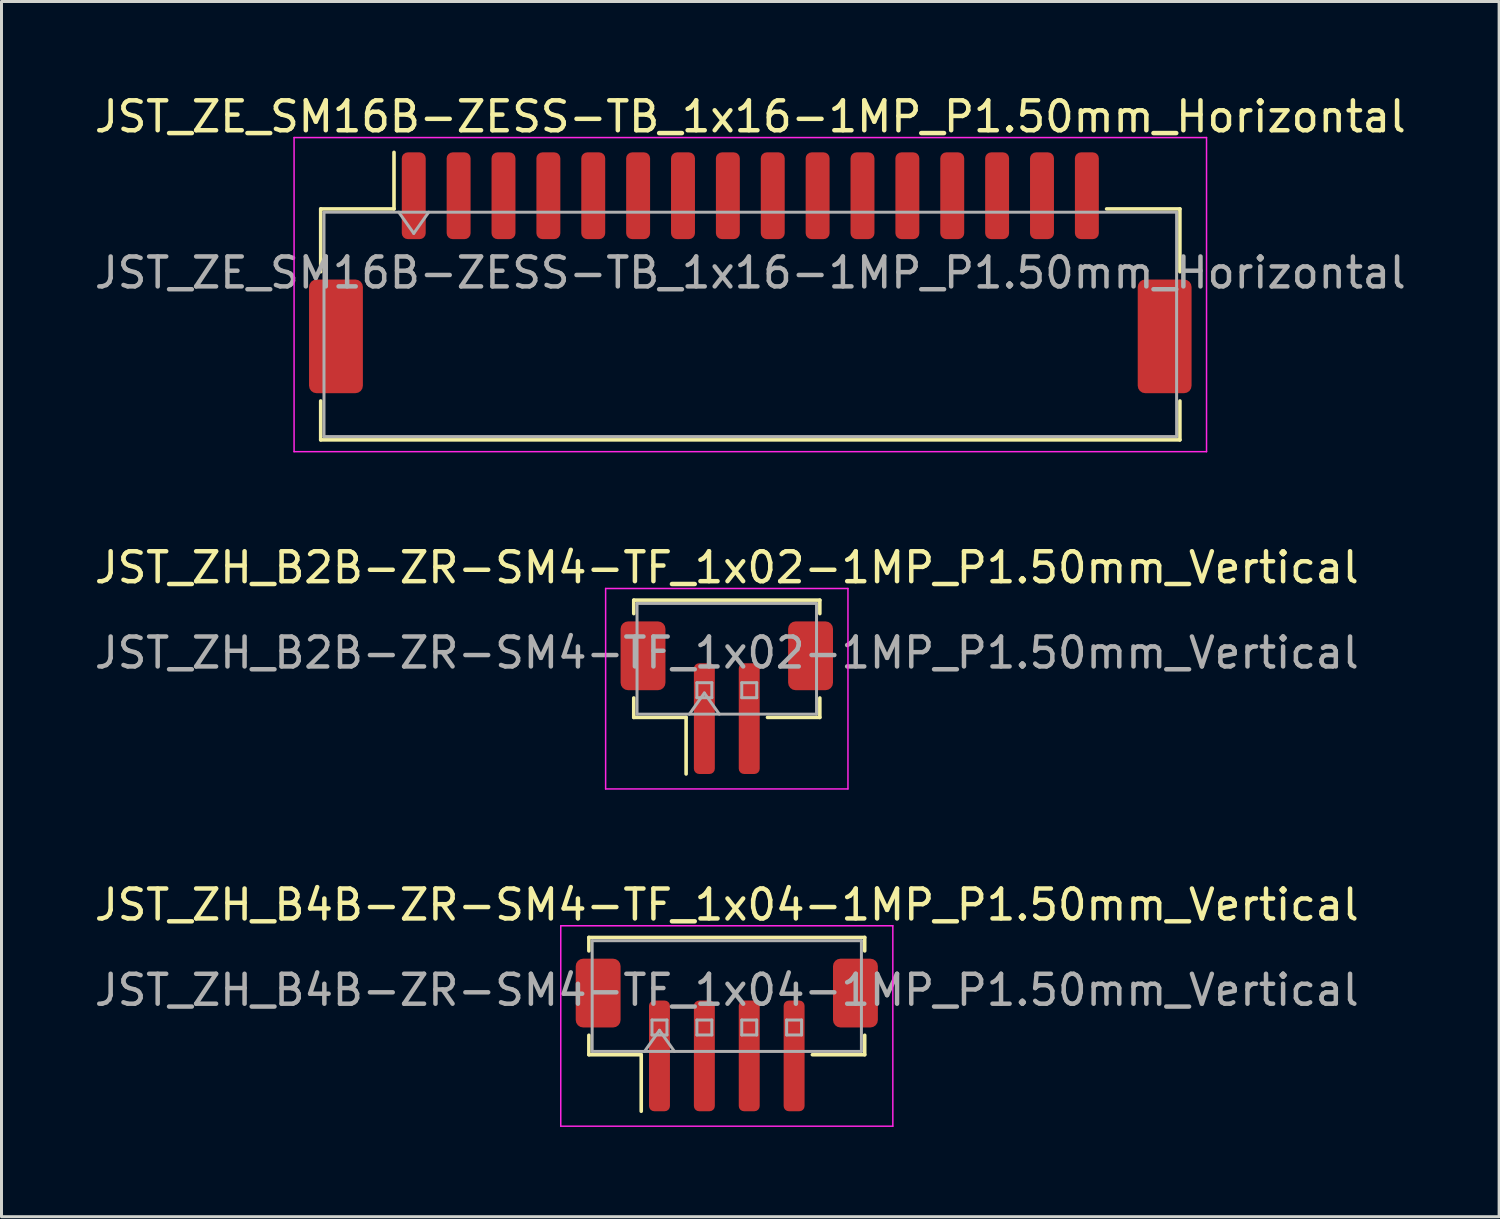
<source format=kicad_pcb>
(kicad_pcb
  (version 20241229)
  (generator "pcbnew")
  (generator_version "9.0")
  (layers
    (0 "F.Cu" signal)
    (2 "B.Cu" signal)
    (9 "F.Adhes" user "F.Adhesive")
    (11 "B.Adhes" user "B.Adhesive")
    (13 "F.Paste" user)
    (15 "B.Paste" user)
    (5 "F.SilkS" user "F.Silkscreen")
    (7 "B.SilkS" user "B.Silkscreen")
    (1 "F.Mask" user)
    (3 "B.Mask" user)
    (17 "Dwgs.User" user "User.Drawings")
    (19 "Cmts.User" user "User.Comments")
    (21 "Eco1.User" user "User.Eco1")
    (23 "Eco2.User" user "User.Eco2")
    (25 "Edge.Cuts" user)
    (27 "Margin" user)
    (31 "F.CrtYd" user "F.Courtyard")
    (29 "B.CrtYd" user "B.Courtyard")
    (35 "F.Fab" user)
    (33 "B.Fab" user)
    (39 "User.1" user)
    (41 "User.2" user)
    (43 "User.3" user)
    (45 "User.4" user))
  (footprint "JST_ZE_SM16B-ZESS-TB_1x16-1MP_P1.50mm_Horizontal"
    (layer "F.Cu")
    (at 22.03 6.068)
    (property "Reference" "JST_ZE_SM16B-ZESS-TB_1x16-1MP_P1.50mm_Horizontal" (at 0 -5.22 0) (layer "F.SilkS") (effects (font (size 1 1) (thickness 0.15))))
    (attr smd)
    (fp_line (start -14.36 -2.135) (end -11.91 -2.135) (stroke (width 0.12) (type solid)) (layer "F.SilkS"))
    (fp_line (start -14.36 -0.035) (end -14.36 -2.135) (stroke (width 0.12) (type solid)) (layer "F.SilkS"))
    (fp_line (start -14.36 4.285) (end -14.36 5.585) (stroke (width 0.12) (type solid)) (layer "F.SilkS"))
    (fp_line (start -14.36 5.585) (end 14.36 5.585) (stroke (width 0.12) (type solid)) (layer "F.SilkS"))
    (fp_line (start -11.91 -2.135) (end -11.91 -4.025) (stroke (width 0.12) (type solid)) (layer "F.SilkS"))
    (fp_line (start 14.36 -2.135) (end 11.91 -2.135) (stroke (width 0.12) (type solid)) (layer "F.SilkS"))
    (fp_line (start 14.36 -0.035) (end 14.36 -2.135) (stroke (width 0.12) (type solid)) (layer "F.SilkS"))
    (fp_line (start 14.36 5.585) (end 14.36 4.285) (stroke (width 0.12) (type solid)) (layer "F.SilkS"))
    (fp_line (start -15.25 -4.52) (end -15.25 5.98) (stroke (width 0.05) (type solid)) (layer "F.CrtYd"))
    (fp_line (start -15.25 5.98) (end 15.25 5.98) (stroke (width 0.05) (type solid)) (layer "F.CrtYd"))
    (fp_line (start 15.25 -4.52) (end -15.25 -4.52) (stroke (width 0.05) (type solid)) (layer "F.CrtYd"))
    (fp_line (start 15.25 5.98) (end 15.25 -4.52) (stroke (width 0.05) (type solid)) (layer "F.CrtYd"))
    (fp_line (start -14.25 -2.025) (end -14.25 5.475) (stroke (width 0.1) (type solid)) (layer "F.Fab"))
    (fp_line (start -14.25 -2.025) (end 14.25 -2.025) (stroke (width 0.1) (type solid)) (layer "F.Fab"))
    (fp_line (start -14.25 5.475) (end 14.25 5.475) (stroke (width 0.1) (type solid)) (layer "F.Fab"))
    (fp_line (start -11.75 -2.025) (end -11.25 -1.318) (stroke (width 0.1) (type solid)) (layer "F.Fab"))
    (fp_line (start -11.25 -1.318) (end -10.75 -2.025) (stroke (width 0.1) (type solid)) (layer "F.Fab"))
    (fp_line (start 14.25 -2.025) (end 14.25 5.475) (stroke (width 0.1) (type solid)) (layer "F.Fab"))
    (fp_text user "${REFERENCE}" (at 0 0 0) (layer "F.Fab") (effects (font (size 1 1) (thickness 0.15))))
    (pad "1" smd roundrect (at -11.25 -2.575) (size 0.8 2.9) (layers "F.Cu" "F.Mask" "F.Paste") (roundrect_rratio 0.25))
    (pad "2" smd roundrect (at -9.75 -2.575) (size 0.8 2.9) (layers "F.Cu" "F.Mask" "F.Paste") (roundrect_rratio 0.25))
    (pad "3" smd roundrect (at -8.25 -2.575) (size 0.8 2.9) (layers "F.Cu" "F.Mask" "F.Paste") (roundrect_rratio 0.25))
    (pad "4" smd roundrect (at -6.75 -2.575) (size 0.8 2.9) (layers "F.Cu" "F.Mask" "F.Paste") (roundrect_rratio 0.25))
    (pad "5" smd roundrect (at -5.25 -2.575) (size 0.8 2.9) (layers "F.Cu" "F.Mask" "F.Paste") (roundrect_rratio 0.25))
    (pad "6" smd roundrect (at -3.75 -2.575) (size 0.8 2.9) (layers "F.Cu" "F.Mask" "F.Paste") (roundrect_rratio 0.25))
    (pad "7" smd roundrect (at -2.25 -2.575) (size 0.8 2.9) (layers "F.Cu" "F.Mask" "F.Paste") (roundrect_rratio 0.25))
    (pad "8" smd roundrect (at -0.75 -2.575) (size 0.8 2.9) (layers "F.Cu" "F.Mask" "F.Paste") (roundrect_rratio 0.25))
    (pad "9" smd roundrect (at 0.75 -2.575) (size 0.8 2.9) (layers "F.Cu" "F.Mask" "F.Paste") (roundrect_rratio 0.25))
    (pad "10" smd roundrect (at 2.25 -2.575) (size 0.8 2.9) (layers "F.Cu" "F.Mask" "F.Paste") (roundrect_rratio 0.25))
    (pad "11" smd roundrect (at 3.75 -2.575) (size 0.8 2.9) (layers "F.Cu" "F.Mask" "F.Paste") (roundrect_rratio 0.25))
    (pad "12" smd roundrect (at 5.25 -2.575) (size 0.8 2.9) (layers "F.Cu" "F.Mask" "F.Paste") (roundrect_rratio 0.25))
    (pad "13" smd roundrect (at 6.75 -2.575) (size 0.8 2.9) (layers "F.Cu" "F.Mask" "F.Paste") (roundrect_rratio 0.25))
    (pad "14" smd roundrect (at 8.25 -2.575) (size 0.8 2.9) (layers "F.Cu" "F.Mask" "F.Paste") (roundrect_rratio 0.25))
    (pad "15" smd roundrect (at 9.75 -2.575) (size 0.8 2.9) (layers "F.Cu" "F.Mask" "F.Paste") (roundrect_rratio 0.25))
    (pad "16" smd roundrect (at 11.25 -2.575) (size 0.8 2.9) (layers "F.Cu" "F.Mask" "F.Paste") (roundrect_rratio 0.25))
    (pad "MP" smd roundrect (at -13.85 2.125) (size 1.8 3.8) (layers "F.Cu" "F.Mask" "F.Paste") (roundrect_rratio 0.139))
    (pad "MP" smd roundrect (at 13.85 2.125) (size 1.8 3.8) (layers "F.Cu" "F.Mask" "F.Paste") (roundrect_rratio 0.139)))
  (footprint "JST_ZH_B4B-ZR-SM4-TF_1x04-1MP_P1.50mm_Vertical"
    (layer "F.Cu")
    (at 21.244 31.545)
    (property "Reference" "JST_ZH_B4B-ZR-SM4-TF_1x04-1MP_P1.50mm_Vertical" (at 0 -4.35 0) (layer "F.SilkS") (effects (font (size 1 1) (thickness 0.15))))
    (attr smd)
    (fp_line (start -4.61 -3.26) (end 4.61 -3.26) (stroke (width 0.12) (type solid)) (layer "F.SilkS"))
    (fp_line (start -4.61 -2.81) (end -4.61 -3.26) (stroke (width 0.12) (type solid)) (layer "F.SilkS"))
    (fp_line (start -4.61 0.01) (end -4.61 0.66) (stroke (width 0.12) (type solid)) (layer "F.SilkS"))
    (fp_line (start -4.61 0.66) (end -2.86 0.66) (stroke (width 0.12) (type solid)) (layer "F.SilkS"))
    (fp_line (start -2.86 0.66) (end -2.86 2.55) (stroke (width 0.12) (type solid)) (layer "F.SilkS"))
    (fp_line (start 4.61 -3.26) (end 4.61 -2.81) (stroke (width 0.12) (type solid)) (layer "F.SilkS"))
    (fp_line (start 4.61 0.01) (end 4.61 0.66) (stroke (width 0.12) (type solid)) (layer "F.SilkS"))
    (fp_line (start 4.61 0.66) (end 2.86 0.66) (stroke (width 0.12) (type solid)) (layer "F.SilkS"))
    (fp_line (start -5.55 -3.65) (end -5.55 3.05) (stroke (width 0.05) (type solid)) (layer "F.CrtYd"))
    (fp_line (start -5.55 3.05) (end 5.55 3.05) (stroke (width 0.05) (type solid)) (layer "F.CrtYd"))
    (fp_line (start 5.55 -3.65) (end -5.55 -3.65) (stroke (width 0.05) (type solid)) (layer "F.CrtYd"))
    (fp_line (start 5.55 3.05) (end 5.55 -3.65) (stroke (width 0.05) (type solid)) (layer "F.CrtYd"))
    (fp_line (start -4.5 -3.15) (end 4.5 -3.15) (stroke (width 0.1) (type solid)) (layer "F.Fab"))
    (fp_line (start -4.5 0.55) (end -4.5 -3.15) (stroke (width 0.1) (type solid)) (layer "F.Fab"))
    (fp_line (start -4.5 0.55) (end 4.5 0.55) (stroke (width 0.1) (type solid)) (layer "F.Fab"))
    (fp_line (start -2.75 0.55) (end -2.25 -0.157) (stroke (width 0.1) (type solid)) (layer "F.Fab"))
    (fp_line (start -2.5 -0.5) (end -2.5 0) (stroke (width 0.1) (type solid)) (layer "F.Fab"))
    (fp_line (start -2.5 0) (end -2 0) (stroke (width 0.1) (type solid)) (layer "F.Fab"))
    (fp_line (start -2.25 -0.157) (end -1.75 0.55) (stroke (width 0.1) (type solid)) (layer "F.Fab"))
    (fp_line (start -2 -0.5) (end -2.5 -0.5) (stroke (width 0.1) (type solid)) (layer "F.Fab"))
    (fp_line (start -2 0) (end -2 -0.5) (stroke (width 0.1) (type solid)) (layer "F.Fab"))
    (fp_line (start -1 -0.5) (end -1 0) (stroke (width 0.1) (type solid)) (layer "F.Fab"))
    (fp_line (start -1 0) (end -0.5 0) (stroke (width 0.1) (type solid)) (layer "F.Fab"))
    (fp_line (start -0.5 -0.5) (end -1 -0.5) (stroke (width 0.1) (type solid)) (layer "F.Fab"))
    (fp_line (start -0.5 0) (end -0.5 -0.5) (stroke (width 0.1) (type solid)) (layer "F.Fab"))
    (fp_line (start 0.5 -0.5) (end 0.5 0) (stroke (width 0.1) (type solid)) (layer "F.Fab"))
    (fp_line (start 0.5 0) (end 1 0) (stroke (width 0.1) (type solid)) (layer "F.Fab"))
    (fp_line (start 1 -0.5) (end 0.5 -0.5) (stroke (width 0.1) (type solid)) (layer "F.Fab"))
    (fp_line (start 1 0) (end 1 -0.5) (stroke (width 0.1) (type solid)) (layer "F.Fab"))
    (fp_line (start 2 -0.5) (end 2 0) (stroke (width 0.1) (type solid)) (layer "F.Fab"))
    (fp_line (start 2 0) (end 2.5 0) (stroke (width 0.1) (type solid)) (layer "F.Fab"))
    (fp_line (start 2.5 -0.5) (end 2 -0.5) (stroke (width 0.1) (type solid)) (layer "F.Fab"))
    (fp_line (start 2.5 0) (end 2.5 -0.5) (stroke (width 0.1) (type solid)) (layer "F.Fab"))
    (fp_line (start 4.5 0.55) (end 4.5 -3.15) (stroke (width 0.1) (type solid)) (layer "F.Fab"))
    (fp_text user "${REFERENCE}" (at 0 -1.5 0) (layer "F.Fab") (effects (font (size 1 1) (thickness 0.15))))
    (pad "1" smd roundrect (at -2.25 0.7) (size 0.7 3.7) (layers "F.Cu" "F.Mask" "F.Paste") (roundrect_rratio 0.25))
    (pad "2" smd roundrect (at -0.75 0.7) (size 0.7 3.7) (layers "F.Cu" "F.Mask" "F.Paste") (roundrect_rratio 0.25))
    (pad "3" smd roundrect (at 0.75 0.7) (size 0.7 3.7) (layers "F.Cu" "F.Mask" "F.Paste") (roundrect_rratio 0.25))
    (pad "4" smd roundrect (at 2.25 0.7) (size 0.7 3.7) (layers "F.Cu" "F.Mask" "F.Paste") (roundrect_rratio 0.25))
    (pad "MP" smd roundrect (at -4.3 -1.4) (size 1.5 2.3) (layers "F.Cu" "F.Mask" "F.Paste") (roundrect_rratio 0.167))
    (pad "MP" smd roundrect (at 4.3 -1.4) (size 1.5 2.3) (layers "F.Cu" "F.Mask" "F.Paste") (roundrect_rratio 0.167)))
  (footprint "JST_ZH_B2B-ZR-SM4-TF_1x02-1MP_P1.50mm_Vertical"
    (layer "F.Cu")
    (at 21.244 20.271)
    (property "Reference" "JST_ZH_B2B-ZR-SM4-TF_1x02-1MP_P1.50mm_Vertical" (at 0 -4.35 0) (layer "F.SilkS") (effects (font (size 1 1) (thickness 0.15))))
    (attr smd)
    (fp_line (start -3.11 -3.26) (end 3.11 -3.26) (stroke (width 0.12) (type solid)) (layer "F.SilkS"))
    (fp_line (start -3.11 -2.81) (end -3.11 -3.26) (stroke (width 0.12) (type solid)) (layer "F.SilkS"))
    (fp_line (start -3.11 0.01) (end -3.11 0.66) (stroke (width 0.12) (type solid)) (layer "F.SilkS"))
    (fp_line (start -3.11 0.66) (end -1.36 0.66) (stroke (width 0.12) (type solid)) (layer "F.SilkS"))
    (fp_line (start -1.36 0.66) (end -1.36 2.55) (stroke (width 0.12) (type solid)) (layer "F.SilkS"))
    (fp_line (start 3.11 -3.26) (end 3.11 -2.81) (stroke (width 0.12) (type solid)) (layer "F.SilkS"))
    (fp_line (start 3.11 0.01) (end 3.11 0.66) (stroke (width 0.12) (type solid)) (layer "F.SilkS"))
    (fp_line (start 3.11 0.66) (end 1.36 0.66) (stroke (width 0.12) (type solid)) (layer "F.SilkS"))
    (fp_line (start -4.05 -3.65) (end -4.05 3.05) (stroke (width 0.05) (type solid)) (layer "F.CrtYd"))
    (fp_line (start -4.05 3.05) (end 4.05 3.05) (stroke (width 0.05) (type solid)) (layer "F.CrtYd"))
    (fp_line (start 4.05 -3.65) (end -4.05 -3.65) (stroke (width 0.05) (type solid)) (layer "F.CrtYd"))
    (fp_line (start 4.05 3.05) (end 4.05 -3.65) (stroke (width 0.05) (type solid)) (layer "F.CrtYd"))
    (fp_line (start -3 -3.15) (end 3 -3.15) (stroke (width 0.1) (type solid)) (layer "F.Fab"))
    (fp_line (start -3 0.55) (end -3 -3.15) (stroke (width 0.1) (type solid)) (layer "F.Fab"))
    (fp_line (start -3 0.55) (end 3 0.55) (stroke (width 0.1) (type solid)) (layer "F.Fab"))
    (fp_line (start -1.25 0.55) (end -0.75 -0.157) (stroke (width 0.1) (type solid)) (layer "F.Fab"))
    (fp_line (start -1 -0.5) (end -1 0) (stroke (width 0.1) (type solid)) (layer "F.Fab"))
    (fp_line (start -1 0) (end -0.5 0) (stroke (width 0.1) (type solid)) (layer "F.Fab"))
    (fp_line (start -0.75 -0.157) (end -0.25 0.55) (stroke (width 0.1) (type solid)) (layer "F.Fab"))
    (fp_line (start -0.5 -0.5) (end -1 -0.5) (stroke (width 0.1) (type solid)) (layer "F.Fab"))
    (fp_line (start -0.5 0) (end -0.5 -0.5) (stroke (width 0.1) (type solid)) (layer "F.Fab"))
    (fp_line (start 0.5 -0.5) (end 0.5 0) (stroke (width 0.1) (type solid)) (layer "F.Fab"))
    (fp_line (start 0.5 0) (end 1 0) (stroke (width 0.1) (type solid)) (layer "F.Fab"))
    (fp_line (start 1 -0.5) (end 0.5 -0.5) (stroke (width 0.1) (type solid)) (layer "F.Fab"))
    (fp_line (start 1 0) (end 1 -0.5) (stroke (width 0.1) (type solid)) (layer "F.Fab"))
    (fp_line (start 3 0.55) (end 3 -3.15) (stroke (width 0.1) (type solid)) (layer "F.Fab"))
    (fp_text user "${REFERENCE}" (at 0 -1.5 0) (layer "F.Fab") (effects (font (size 1 1) (thickness 0.15))))
    (pad "1" smd roundrect (at -0.75 0.7) (size 0.7 3.7) (layers "F.Cu" "F.Mask" "F.Paste") (roundrect_rratio 0.25))
    (pad "2" smd roundrect (at 0.75 0.7) (size 0.7 3.7) (layers "F.Cu" "F.Mask" "F.Paste") (roundrect_rratio 0.25))
    (pad "MP" smd roundrect (at -2.8 -1.4) (size 1.5 2.3) (layers "F.Cu" "F.Mask" "F.Paste") (roundrect_rratio 0.167))
    (pad "MP" smd roundrect (at 2.8 -1.4) (size 1.5 2.3) (layers "F.Cu" "F.Mask" "F.Paste") (roundrect_rratio 0.167)))
  (gr_rect
    (start -3 -3)
    (end 47.06 37.62)
    (stroke (width 0.1) (type default))
    (fill no)
    (layer "Edge.Cuts")))
</source>
